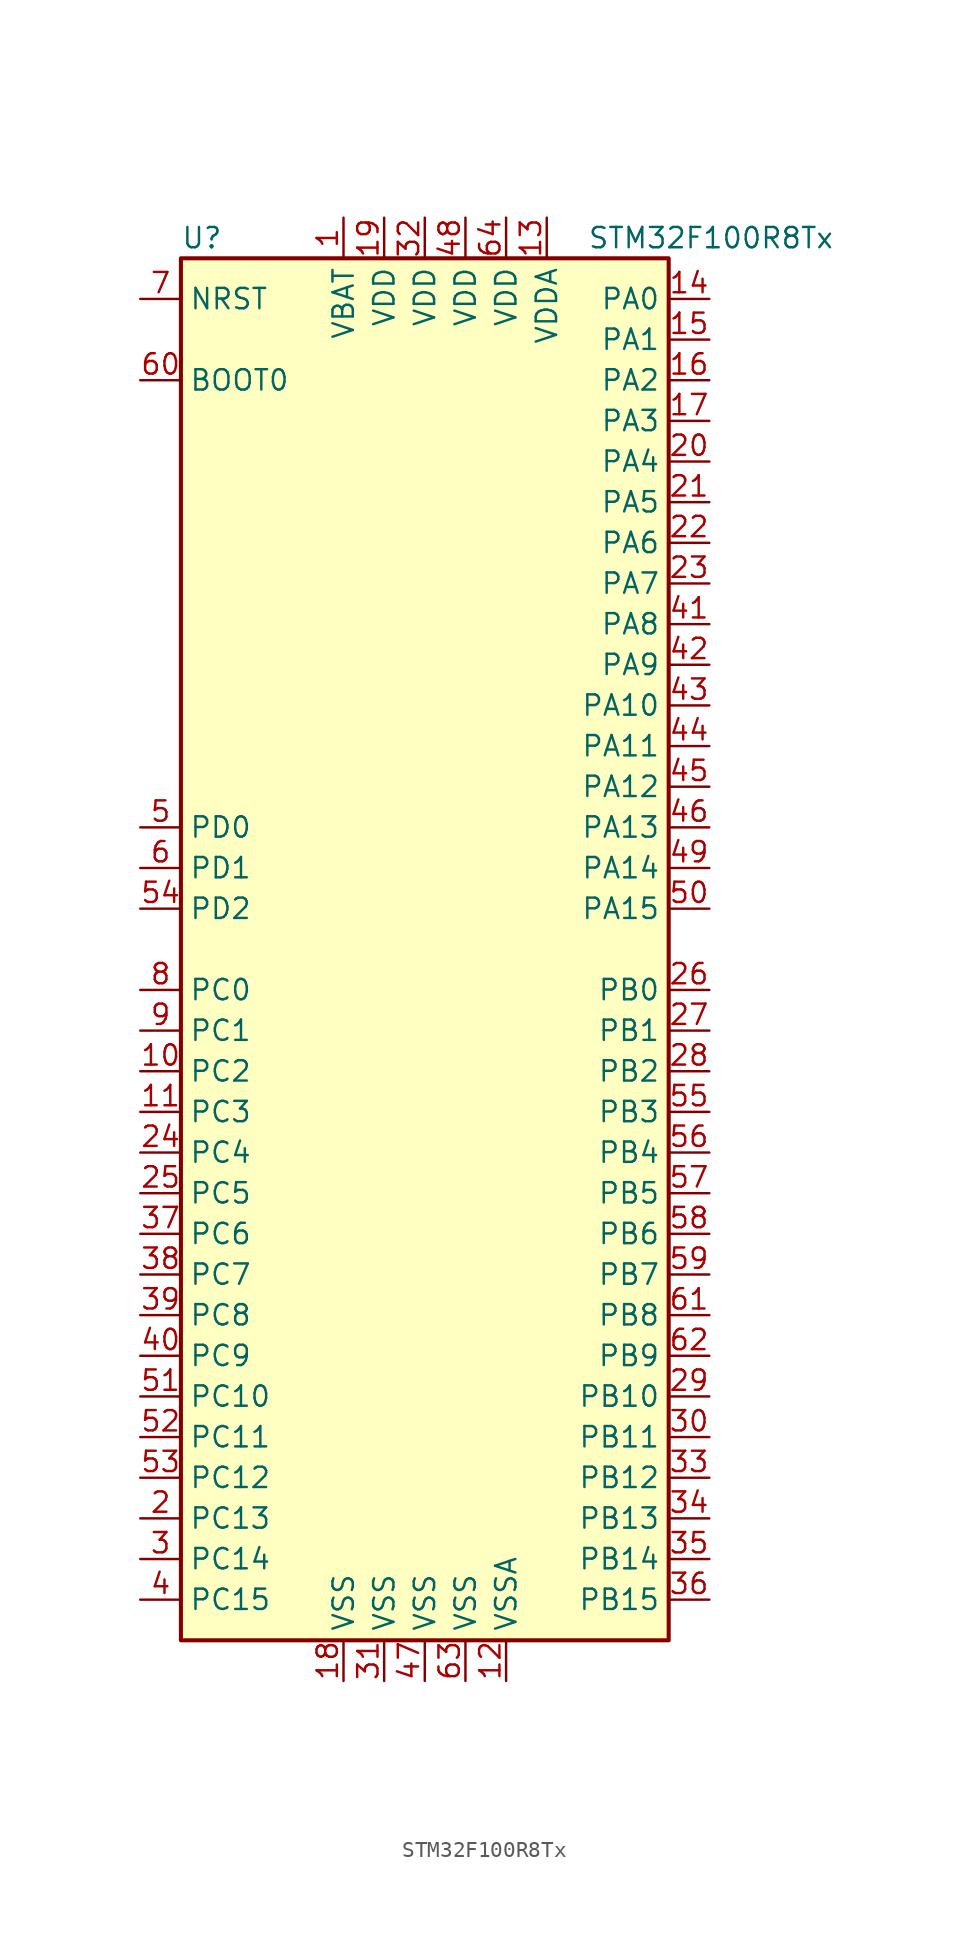
<source format=kicad_sym>
(kicad_symbol_lib
  (version 20201005)
  (generator kicad_symbol_editor)
  (symbol "STM32F100R8Tx"
    (property "Reference" "U"
      (at -15.24 44.45 0)
      (effects (font (size 1.27 1.27)) (justify left)))
    (property "Value" "STM32F100R8Tx"
      (at 10.16 44.45 0)
      (effects (font (size 1.27 1.27)) (justify left)))
    (symbol "STM32F100R8Tx_0_1"
      (rectangle (start -15.24 -43.18) (end 15.24 43.18) (stroke (width 0.254)) (fill (type background))))
    (symbol "STM32F100R8Tx_1_1"
      (pin power_in line (at -5.08 45.72 270) (length 2.54) (name "VBAT" (effects (font (size 1.27 1.27)))) (number "1" (effects (font (size 1.27 1.27)))))
      (pin bidirectional line (at -17.78 -7.62 0) (length 2.54) (name "PC2" (effects (font (size 1.27 1.27)))) (number "10" (effects (font (size 1.27 1.27)))))
      (pin bidirectional line (at -17.78 -10.16 0) (length 2.54) (name "PC3" (effects (font (size 1.27 1.27)))) (number "11" (effects (font (size 1.27 1.27)))))
      (pin power_in line (at 5.08 -45.72 90) (length 2.54) (name "VSSA" (effects (font (size 1.27 1.27)))) (number "12" (effects (font (size 1.27 1.27)))))
      (pin power_in line (at 7.62 45.72 270) (length 2.54) (name "VDDA" (effects (font (size 1.27 1.27)))) (number "13" (effects (font (size 1.27 1.27)))))
      (pin bidirectional line (at 17.78 40.64 180) (length 2.54) (name "PA0" (effects (font (size 1.27 1.27)))) (number "14" (effects (font (size 1.27 1.27)))))
      (pin bidirectional line (at 17.78 38.1 180) (length 2.54) (name "PA1" (effects (font (size 1.27 1.27)))) (number "15" (effects (font (size 1.27 1.27)))))
      (pin bidirectional line (at 17.78 35.56 180) (length 2.54) (name "PA2" (effects (font (size 1.27 1.27)))) (number "16" (effects (font (size 1.27 1.27)))))
      (pin bidirectional line (at 17.78 33.02 180) (length 2.54) (name "PA3" (effects (font (size 1.27 1.27)))) (number "17" (effects (font (size 1.27 1.27)))))
      (pin power_in line (at -5.08 -45.72 90) (length 2.54) (name "VSS" (effects (font (size 1.27 1.27)))) (number "18" (effects (font (size 1.27 1.27)))))
      (pin power_in line (at -2.54 45.72 270) (length 2.54) (name "VDD" (effects (font (size 1.27 1.27)))) (number "19" (effects (font (size 1.27 1.27)))))
      (pin bidirectional line (at -17.78 -35.56 0) (length 2.54) (name "PC13" (effects (font (size 1.27 1.27)))) (number "2" (effects (font (size 1.27 1.27)))))
      (pin bidirectional line (at 17.78 30.48 180) (length 2.54) (name "PA4" (effects (font (size 1.27 1.27)))) (number "20" (effects (font (size 1.27 1.27)))))
      (pin bidirectional line (at 17.78 27.94 180) (length 2.54) (name "PA5" (effects (font (size 1.27 1.27)))) (number "21" (effects (font (size 1.27 1.27)))))
      (pin bidirectional line (at 17.78 25.4 180) (length 2.54) (name "PA6" (effects (font (size 1.27 1.27)))) (number "22" (effects (font (size 1.27 1.27)))))
      (pin bidirectional line (at 17.78 22.86 180) (length 2.54) (name "PA7" (effects (font (size 1.27 1.27)))) (number "23" (effects (font (size 1.27 1.27)))))
      (pin bidirectional line (at -17.78 -12.7 0) (length 2.54) (name "PC4" (effects (font (size 1.27 1.27)))) (number "24" (effects (font (size 1.27 1.27)))))
      (pin bidirectional line (at -17.78 -15.24 0) (length 2.54) (name "PC5" (effects (font (size 1.27 1.27)))) (number "25" (effects (font (size 1.27 1.27)))))
      (pin bidirectional line (at 17.78 -2.54 180) (length 2.54) (name "PB0" (effects (font (size 1.27 1.27)))) (number "26" (effects (font (size 1.27 1.27)))))
      (pin bidirectional line (at 17.78 -5.08 180) (length 2.54) (name "PB1" (effects (font (size 1.27 1.27)))) (number "27" (effects (font (size 1.27 1.27)))))
      (pin bidirectional line (at 17.78 -7.62 180) (length 2.54) (name "PB2" (effects (font (size 1.27 1.27)))) (number "28" (effects (font (size 1.27 1.27)))))
      (pin bidirectional line (at 17.78 -27.94 180) (length 2.54) (name "PB10" (effects (font (size 1.27 1.27)))) (number "29" (effects (font (size 1.27 1.27)))))
      (pin bidirectional line (at -17.78 -38.1 0) (length 2.54) (name "PC14" (effects (font (size 1.27 1.27)))) (number "3" (effects (font (size 1.27 1.27)))))
      (pin bidirectional line (at 17.78 -30.48 180) (length 2.54) (name "PB11" (effects (font (size 1.27 1.27)))) (number "30" (effects (font (size 1.27 1.27)))))
      (pin power_in line (at -2.54 -45.72 90) (length 2.54) (name "VSS" (effects (font (size 1.27 1.27)))) (number "31" (effects (font (size 1.27 1.27)))))
      (pin power_in line (at 0 45.72 270) (length 2.54) (name "VDD" (effects (font (size 1.27 1.27)))) (number "32" (effects (font (size 1.27 1.27)))))
      (pin bidirectional line (at 17.78 -33.02 180) (length 2.54) (name "PB12" (effects (font (size 1.27 1.27)))) (number "33" (effects (font (size 1.27 1.27)))))
      (pin bidirectional line (at 17.78 -35.56 180) (length 2.54) (name "PB13" (effects (font (size 1.27 1.27)))) (number "34" (effects (font (size 1.27 1.27)))))
      (pin bidirectional line (at 17.78 -38.1 180) (length 2.54) (name "PB14" (effects (font (size 1.27 1.27)))) (number "35" (effects (font (size 1.27 1.27)))))
      (pin bidirectional line (at 17.78 -40.64 180) (length 2.54) (name "PB15" (effects (font (size 1.27 1.27)))) (number "36" (effects (font (size 1.27 1.27)))))
      (pin bidirectional line (at -17.78 -17.78 0) (length 2.54) (name "PC6" (effects (font (size 1.27 1.27)))) (number "37" (effects (font (size 1.27 1.27)))))
      (pin bidirectional line (at -17.78 -20.32 0) (length 2.54) (name "PC7" (effects (font (size 1.27 1.27)))) (number "38" (effects (font (size 1.27 1.27)))))
      (pin bidirectional line (at -17.78 -22.86 0) (length 2.54) (name "PC8" (effects (font (size 1.27 1.27)))) (number "39" (effects (font (size 1.27 1.27)))))
      (pin bidirectional line (at -17.78 -40.64 0) (length 2.54) (name "PC15" (effects (font (size 1.27 1.27)))) (number "4" (effects (font (size 1.27 1.27)))))
      (pin bidirectional line (at -17.78 -25.4 0) (length 2.54) (name "PC9" (effects (font (size 1.27 1.27)))) (number "40" (effects (font (size 1.27 1.27)))))
      (pin bidirectional line (at 17.78 20.32 180) (length 2.54) (name "PA8" (effects (font (size 1.27 1.27)))) (number "41" (effects (font (size 1.27 1.27)))))
      (pin bidirectional line (at 17.78 17.78 180) (length 2.54) (name "PA9" (effects (font (size 1.27 1.27)))) (number "42" (effects (font (size 1.27 1.27)))))
      (pin bidirectional line (at 17.78 15.24 180) (length 2.54) (name "PA10" (effects (font (size 1.27 1.27)))) (number "43" (effects (font (size 1.27 1.27)))))
      (pin bidirectional line (at 17.78 12.7 180) (length 2.54) (name "PA11" (effects (font (size 1.27 1.27)))) (number "44" (effects (font (size 1.27 1.27)))))
      (pin bidirectional line (at 17.78 10.16 180) (length 2.54) (name "PA12" (effects (font (size 1.27 1.27)))) (number "45" (effects (font (size 1.27 1.27)))))
      (pin bidirectional line (at 17.78 7.62 180) (length 2.54) (name "PA13" (effects (font (size 1.27 1.27)))) (number "46" (effects (font (size 1.27 1.27)))))
      (pin power_in line (at 0 -45.72 90) (length 2.54) (name "VSS" (effects (font (size 1.27 1.27)))) (number "47" (effects (font (size 1.27 1.27)))))
      (pin power_in line (at 2.54 45.72 270) (length 2.54) (name "VDD" (effects (font (size 1.27 1.27)))) (number "48" (effects (font (size 1.27 1.27)))))
      (pin bidirectional line (at 17.78 5.08 180) (length 2.54) (name "PA14" (effects (font (size 1.27 1.27)))) (number "49" (effects (font (size 1.27 1.27)))))
      (pin input line (at -17.78 7.62 0) (length 2.54) (name "PD0" (effects (font (size 1.27 1.27)))) (number "5" (effects (font (size 1.27 1.27)))))
      (pin bidirectional line (at 17.78 2.54 180) (length 2.54) (name "PA15" (effects (font (size 1.27 1.27)))) (number "50" (effects (font (size 1.27 1.27)))))
      (pin bidirectional line (at -17.78 -27.94 0) (length 2.54) (name "PC10" (effects (font (size 1.27 1.27)))) (number "51" (effects (font (size 1.27 1.27)))))
      (pin bidirectional line (at -17.78 -30.48 0) (length 2.54) (name "PC11" (effects (font (size 1.27 1.27)))) (number "52" (effects (font (size 1.27 1.27)))))
      (pin bidirectional line (at -17.78 -33.02 0) (length 2.54) (name "PC12" (effects (font (size 1.27 1.27)))) (number "53" (effects (font (size 1.27 1.27)))))
      (pin bidirectional line (at -17.78 2.54 0) (length 2.54) (name "PD2" (effects (font (size 1.27 1.27)))) (number "54" (effects (font (size 1.27 1.27)))))
      (pin bidirectional line (at 17.78 -10.16 180) (length 2.54) (name "PB3" (effects (font (size 1.27 1.27)))) (number "55" (effects (font (size 1.27 1.27)))))
      (pin bidirectional line (at 17.78 -12.7 180) (length 2.54) (name "PB4" (effects (font (size 1.27 1.27)))) (number "56" (effects (font (size 1.27 1.27)))))
      (pin bidirectional line (at 17.78 -15.24 180) (length 2.54) (name "PB5" (effects (font (size 1.27 1.27)))) (number "57" (effects (font (size 1.27 1.27)))))
      (pin bidirectional line (at 17.78 -17.78 180) (length 2.54) (name "PB6" (effects (font (size 1.27 1.27)))) (number "58" (effects (font (size 1.27 1.27)))))
      (pin bidirectional line (at 17.78 -20.32 180) (length 2.54) (name "PB7" (effects (font (size 1.27 1.27)))) (number "59" (effects (font (size 1.27 1.27)))))
      (pin input line (at -17.78 5.08 0) (length 2.54) (name "PD1" (effects (font (size 1.27 1.27)))) (number "6" (effects (font (size 1.27 1.27)))))
      (pin input line (at -17.78 35.56 0) (length 2.54) (name "BOOT0" (effects (font (size 1.27 1.27)))) (number "60" (effects (font (size 1.27 1.27)))))
      (pin bidirectional line (at 17.78 -22.86 180) (length 2.54) (name "PB8" (effects (font (size 1.27 1.27)))) (number "61" (effects (font (size 1.27 1.27)))))
      (pin bidirectional line (at 17.78 -25.4 180) (length 2.54) (name "PB9" (effects (font (size 1.27 1.27)))) (number "62" (effects (font (size 1.27 1.27)))))
      (pin power_in line (at 2.54 -45.72 90) (length 2.54) (name "VSS" (effects (font (size 1.27 1.27)))) (number "63" (effects (font (size 1.27 1.27)))))
      (pin power_in line (at 5.08 45.72 270) (length 2.54) (name "VDD" (effects (font (size 1.27 1.27)))) (number "64" (effects (font (size 1.27 1.27)))))
      (pin input line (at -17.78 40.64 0) (length 2.54) (name "NRST" (effects (font (size 1.27 1.27)))) (number "7" (effects (font (size 1.27 1.27)))))
      (pin bidirectional line (at -17.78 -2.54 0) (length 2.54) (name "PC0" (effects (font (size 1.27 1.27)))) (number "8" (effects (font (size 1.27 1.27)))))
      (pin bidirectional line (at -17.78 -5.08 0) (length 2.54) (name "PC1" (effects (font (size 1.27 1.27)))) (number "9" (effects (font (size 1.27 1.27))))))))
</source>
